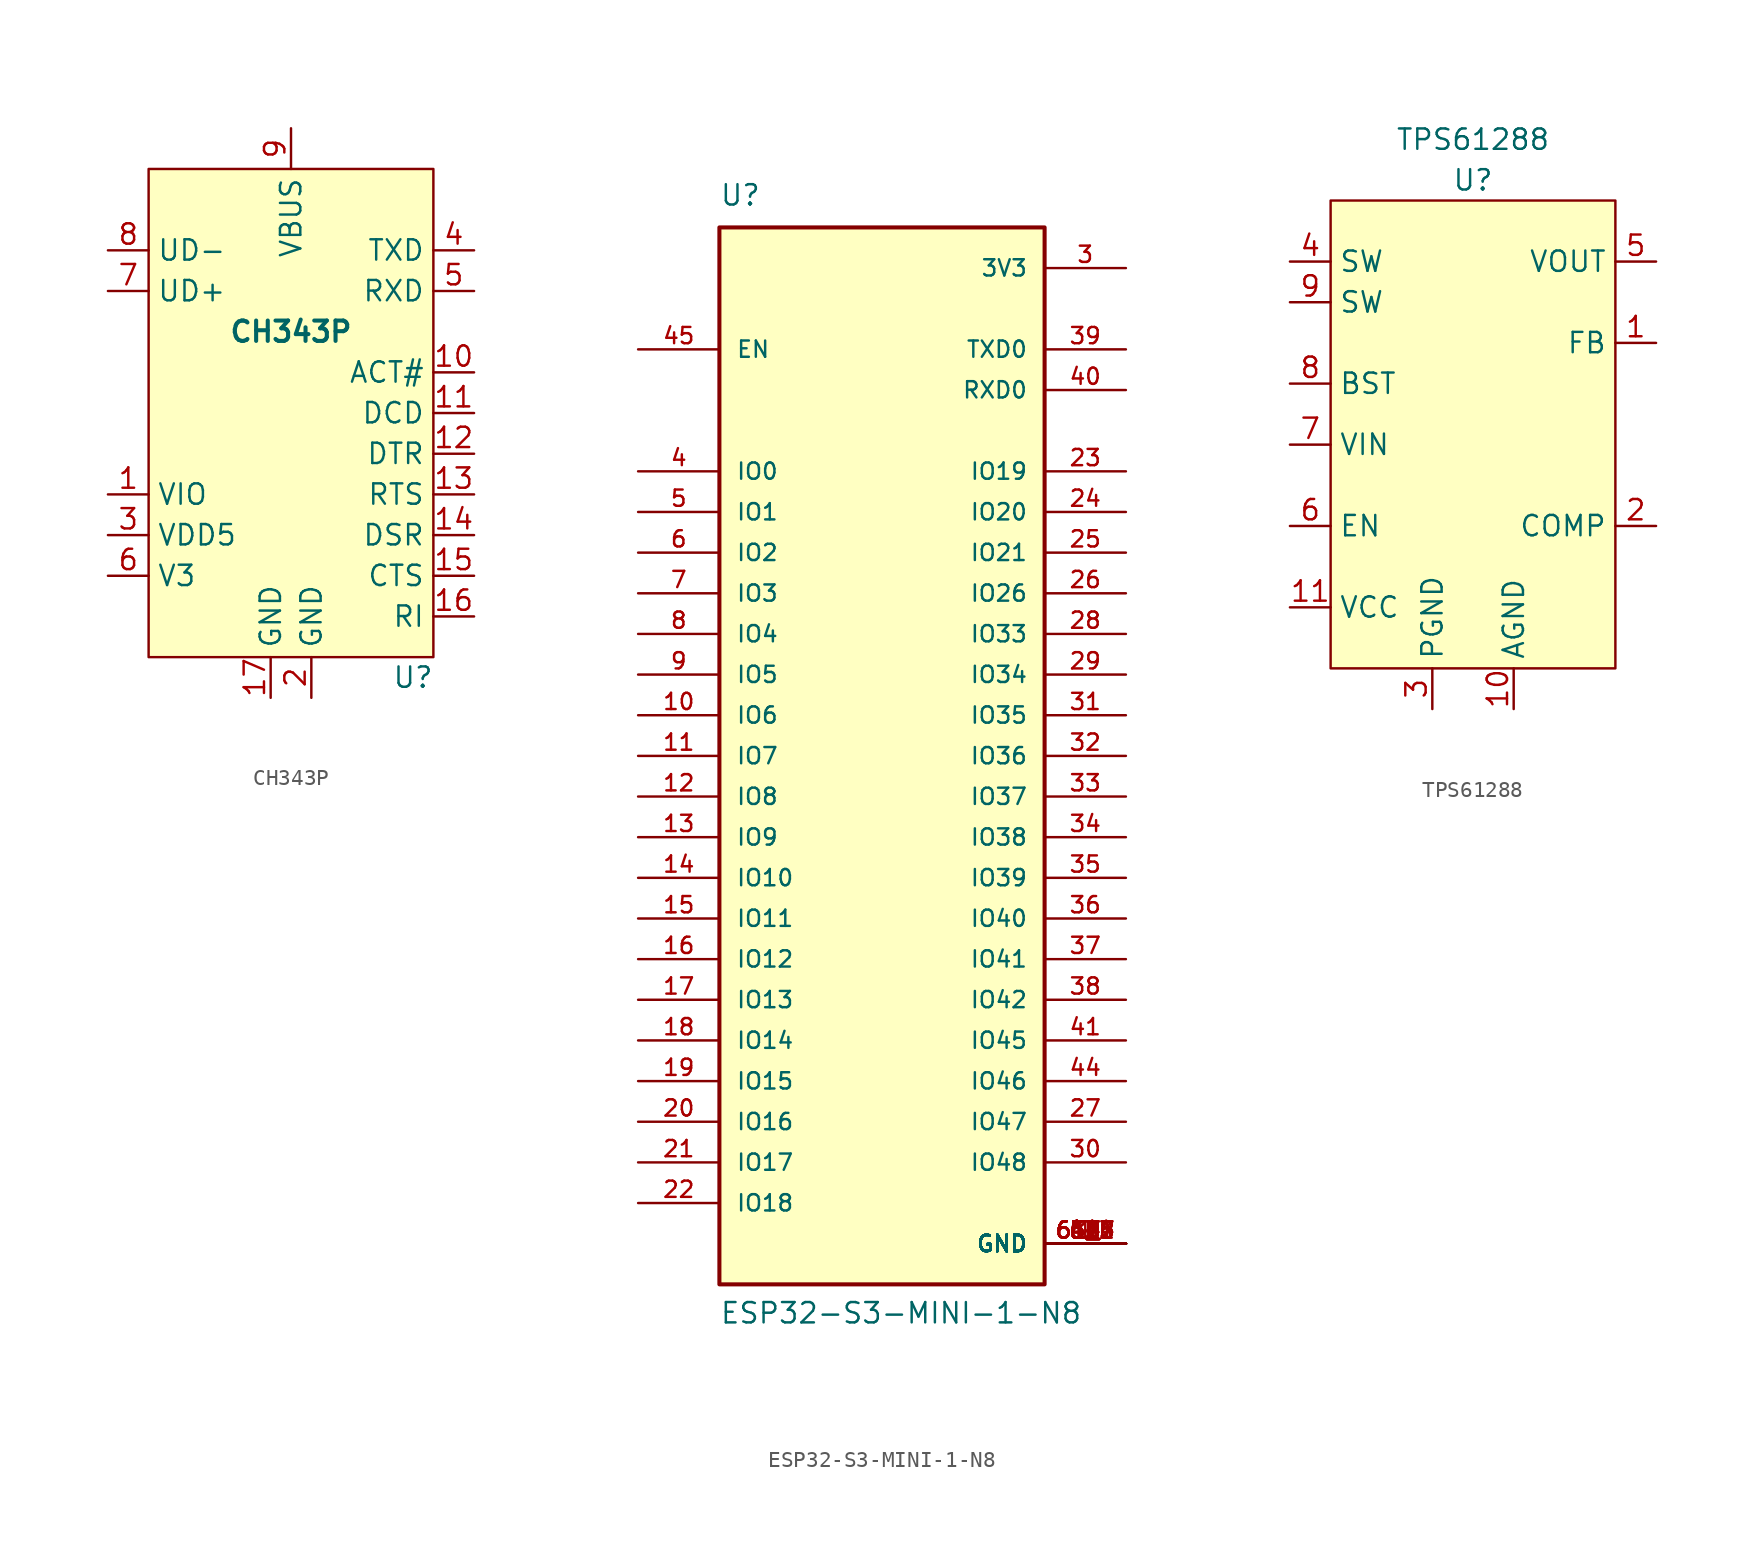
<source format=kicad_sym>
(kicad_symbol_lib
  (version 20220914)
  (generator kicad_symbol_editor)
  (symbol "CH343P"
    (property "Reference" "U"
      (at 7.62 -13.97 0)
      (effects (font (size 1.27 1.27))))
    (property "Value" "CH343P"
      (at 0 7.62 0)
      (effects (font (size 1.27 1.27) bold)))
    (symbol "CH343P_0_0"
      (pin power_in line (at -11.43 -2.54 0) (length 2.54) (name "VIO" (effects (font (size 1.27 1.27)))) (number "1" (effects (font (size 1.27 1.27)))))
      (pin output line (at 11.43 5.08 180) (length 2.54) (name "ACT#" (effects (font (size 1.27 1.27)))) (number "10" (effects (font (size 1.27 1.27)))))
      (pin input line (at 11.43 2.54 180) (length 2.54) (name "DCD" (effects (font (size 1.27 1.27)))) (number "11" (effects (font (size 1.27 1.27)))))
      (pin output line (at 11.43 0 180) (length 2.54) (name "DTR" (effects (font (size 1.27 1.27)))) (number "12" (effects (font (size 1.27 1.27)))))
      (pin output line (at 11.43 -2.54 180) (length 2.54) (name "RTS" (effects (font (size 1.27 1.27)))) (number "13" (effects (font (size 1.27 1.27)))))
      (pin input line (at 11.43 -5.08 180) (length 2.54) (name "DSR" (effects (font (size 1.27 1.27)))) (number "14" (effects (font (size 1.27 1.27)))))
      (pin input line (at 11.43 -7.62 180) (length 2.54) (name "CTS" (effects (font (size 1.27 1.27)))) (number "15" (effects (font (size 1.27 1.27)))))
      (pin input line (at 11.43 -10.16 180) (length 2.54) (name "RI" (effects (font (size 1.27 1.27)))) (number "16" (effects (font (size 1.27 1.27)))))
      (pin passive line (at -1.27 -15.24 90) (length 2.54) (name "GND" (effects (font (size 1.27 1.27)))) (number "17" (effects (font (size 1.27 1.27)))))
      (pin passive line (at 1.27 -15.24 90) (length 2.54) (name "GND" (effects (font (size 1.27 1.27)))) (number "2" (effects (font (size 1.27 1.27)))))
      (pin power_in line (at -11.43 -5.08 0) (length 2.54) (name "VDD5" (effects (font (size 1.27 1.27)))) (number "3" (effects (font (size 1.27 1.27)))))
      (pin output line (at 11.43 12.7 180) (length 2.54) (name "TXD" (effects (font (size 1.27 1.27)))) (number "4" (effects (font (size 1.27 1.27)))))
      (pin input line (at 11.43 10.16 180) (length 2.54) (name "RXD" (effects (font (size 1.27 1.27)))) (number "5" (effects (font (size 1.27 1.27)))))
      (pin power_out line (at -11.43 -7.62 0) (length 2.54) (name "V3" (effects (font (size 1.27 1.27)))) (number "6" (effects (font (size 1.27 1.27)))))
      (pin bidirectional line (at -11.43 10.16 0) (length 2.54) (name "UD+" (effects (font (size 1.27 1.27)))) (number "7" (effects (font (size 1.27 1.27)))))
      (pin bidirectional line (at -11.43 12.7 0) (length 2.54) (name "UD-" (effects (font (size 1.27 1.27)))) (number "8" (effects (font (size 1.27 1.27)))))
      (pin power_in line (at 0 20.32 270) (length 2.54) (name "VBUS" (effects (font (size 1.27 1.27)))) (number "9" (effects (font (size 1.27 1.27))))))
    (symbol "CH343P_1_1"
      (rectangle (start -8.89 17.78) (end 8.89 -12.7) (stroke (width 0) (type default)) (fill (type background)))))
  (symbol "ESP32-S3-MINI-1-N8"
    (pin_names
      (offset 1.016))
    (property "Reference" "U"
      (at -10.16 34.29 0)
      (effects (font (size 1.27 1.27)) (justify left bottom)))
    (property "Value" "ESP32-S3-MINI-1-N8"
      (at -10.16 -35.56 0)
      (effects (font (size 1.27 1.27)) (justify left bottom)))
    (symbol "ESP32-S3-MINI-1-N8_0_0"
      (rectangle (start -10.16 -33.02) (end 10.16 33.02) (stroke (width 0.254) (type default)) (fill (type background)))
      (pin passive line (at 15.24 -30.48 180) (length 5.08) (name "GND" (effects (font (size 1.016 1.016)))) (number "1" (effects (font (size 1.016 1.016)))))
      (pin bidirectional line (at -15.24 2.54 0) (length 5.08) (name "IO6" (effects (font (size 1.016 1.016)))) (number "10" (effects (font (size 1.016 1.016)))))
      (pin bidirectional line (at -15.24 0 0) (length 5.08) (name "IO7" (effects (font (size 1.016 1.016)))) (number "11" (effects (font (size 1.016 1.016)))))
      (pin bidirectional line (at -15.24 -2.54 0) (length 5.08) (name "IO8" (effects (font (size 1.016 1.016)))) (number "12" (effects (font (size 1.016 1.016)))))
      (pin bidirectional line (at -15.24 -5.08 0) (length 5.08) (name "IO9" (effects (font (size 1.016 1.016)))) (number "13" (effects (font (size 1.016 1.016)))))
      (pin bidirectional line (at -15.24 -7.62 0) (length 5.08) (name "IO10" (effects (font (size 1.016 1.016)))) (number "14" (effects (font (size 1.016 1.016)))))
      (pin bidirectional line (at -15.24 -10.16 0) (length 5.08) (name "IO11" (effects (font (size 1.016 1.016)))) (number "15" (effects (font (size 1.016 1.016)))))
      (pin bidirectional line (at -15.24 -12.7 0) (length 5.08) (name "IO12" (effects (font (size 1.016 1.016)))) (number "16" (effects (font (size 1.016 1.016)))))
      (pin bidirectional line (at -15.24 -15.24 0) (length 5.08) (name "IO13" (effects (font (size 1.016 1.016)))) (number "17" (effects (font (size 1.016 1.016)))))
      (pin bidirectional line (at -15.24 -17.78 0) (length 5.08) (name "IO14" (effects (font (size 1.016 1.016)))) (number "18" (effects (font (size 1.016 1.016)))))
      (pin bidirectional line (at -15.24 -20.32 0) (length 5.08) (name "IO15" (effects (font (size 1.016 1.016)))) (number "19" (effects (font (size 1.016 1.016)))))
      (pin passive line (at 15.24 -30.48 180) (length 5.08) (name "GND" (effects (font (size 1.016 1.016)))) (number "2" (effects (font (size 1.016 1.016)))))
      (pin bidirectional line (at -15.24 -22.86 0) (length 5.08) (name "IO16" (effects (font (size 1.016 1.016)))) (number "20" (effects (font (size 1.016 1.016)))))
      (pin bidirectional line (at -15.24 -25.4 0) (length 5.08) (name "IO17" (effects (font (size 1.016 1.016)))) (number "21" (effects (font (size 1.016 1.016)))))
      (pin bidirectional line (at -15.24 -27.94 0) (length 5.08) (name "IO18" (effects (font (size 1.016 1.016)))) (number "22" (effects (font (size 1.016 1.016)))))
      (pin bidirectional line (at 15.24 17.78 180) (length 5.08) (name "IO19" (effects (font (size 1.016 1.016)))) (number "23" (effects (font (size 1.016 1.016)))))
      (pin bidirectional line (at 15.24 15.24 180) (length 5.08) (name "IO20" (effects (font (size 1.016 1.016)))) (number "24" (effects (font (size 1.016 1.016)))))
      (pin bidirectional line (at 15.24 12.7 180) (length 5.08) (name "IO21" (effects (font (size 1.016 1.016)))) (number "25" (effects (font (size 1.016 1.016)))))
      (pin bidirectional line (at 15.24 10.16 180) (length 5.08) (name "IO26" (effects (font (size 1.016 1.016)))) (number "26" (effects (font (size 1.016 1.016)))))
      (pin bidirectional line (at 15.24 -22.86 180) (length 5.08) (name "IO47" (effects (font (size 1.016 1.016)))) (number "27" (effects (font (size 1.016 1.016)))))
      (pin bidirectional line (at 15.24 7.62 180) (length 5.08) (name "IO33" (effects (font (size 1.016 1.016)))) (number "28" (effects (font (size 1.016 1.016)))))
      (pin bidirectional line (at 15.24 5.08 180) (length 5.08) (name "IO34" (effects (font (size 1.016 1.016)))) (number "29" (effects (font (size 1.016 1.016)))))
      (pin power_in line (at 15.24 30.48 180) (length 5.08) (name "3V3" (effects (font (size 1.016 1.016)))) (number "3" (effects (font (size 1.016 1.016)))))
      (pin bidirectional line (at 15.24 -25.4 180) (length 5.08) (name "IO48" (effects (font (size 1.016 1.016)))) (number "30" (effects (font (size 1.016 1.016)))))
      (pin bidirectional line (at 15.24 2.54 180) (length 5.08) (name "IO35" (effects (font (size 1.016 1.016)))) (number "31" (effects (font (size 1.016 1.016)))))
      (pin bidirectional line (at 15.24 0 180) (length 5.08) (name "IO36" (effects (font (size 1.016 1.016)))) (number "32" (effects (font (size 1.016 1.016)))))
      (pin bidirectional line (at 15.24 -2.54 180) (length 5.08) (name "IO37" (effects (font (size 1.016 1.016)))) (number "33" (effects (font (size 1.016 1.016)))))
      (pin bidirectional line (at 15.24 -5.08 180) (length 5.08) (name "IO38" (effects (font (size 1.016 1.016)))) (number "34" (effects (font (size 1.016 1.016)))))
      (pin bidirectional line (at 15.24 -7.62 180) (length 5.08) (name "IO39" (effects (font (size 1.016 1.016)))) (number "35" (effects (font (size 1.016 1.016)))))
      (pin bidirectional line (at 15.24 -10.16 180) (length 5.08) (name "IO40" (effects (font (size 1.016 1.016)))) (number "36" (effects (font (size 1.016 1.016)))))
      (pin bidirectional line (at 15.24 -12.7 180) (length 5.08) (name "IO41" (effects (font (size 1.016 1.016)))) (number "37" (effects (font (size 1.016 1.016)))))
      (pin bidirectional line (at 15.24 -15.24 180) (length 5.08) (name "IO42" (effects (font (size 1.016 1.016)))) (number "38" (effects (font (size 1.016 1.016)))))
      (pin bidirectional line (at 15.24 25.4 180) (length 5.08) (name "TXD0" (effects (font (size 1.016 1.016)))) (number "39" (effects (font (size 1.016 1.016)))))
      (pin bidirectional line (at -15.24 17.78 0) (length 5.08) (name "IO0" (effects (font (size 1.016 1.016)))) (number "4" (effects (font (size 1.016 1.016)))))
      (pin bidirectional line (at 15.24 22.86 180) (length 5.08) (name "RXD0" (effects (font (size 1.016 1.016)))) (number "40" (effects (font (size 1.016 1.016)))))
      (pin bidirectional line (at 15.24 -17.78 180) (length 5.08) (name "IO45" (effects (font (size 1.016 1.016)))) (number "41" (effects (font (size 1.016 1.016)))))
      (pin passive line (at 15.24 -30.48 180) (length 5.08) (name "GND" (effects (font (size 1.016 1.016)))) (number "42" (effects (font (size 1.016 1.016)))))
      (pin passive line (at 15.24 -30.48 180) (length 5.08) (name "GND" (effects (font (size 1.016 1.016)))) (number "43" (effects (font (size 1.016 1.016)))))
      (pin bidirectional line (at 15.24 -20.32 180) (length 5.08) (name "IO46" (effects (font (size 1.016 1.016)))) (number "44" (effects (font (size 1.016 1.016)))))
      (pin input line (at -15.24 25.4 0) (length 5.08) (name "EN" (effects (font (size 1.016 1.016)))) (number "45" (effects (font (size 1.016 1.016)))))
      (pin passive line (at 15.24 -30.48 180) (length 5.08) (name "GND" (effects (font (size 1.016 1.016)))) (number "46" (effects (font (size 1.016 1.016)))))
      (pin passive line (at 15.24 -30.48 180) (length 5.08) (name "GND" (effects (font (size 1.016 1.016)))) (number "47" (effects (font (size 1.016 1.016)))))
      (pin passive line (at 15.24 -30.48 180) (length 5.08) (name "GND" (effects (font (size 1.016 1.016)))) (number "48" (effects (font (size 1.016 1.016)))))
      (pin passive line (at 15.24 -30.48 180) (length 5.08) (name "GND" (effects (font (size 1.016 1.016)))) (number "49" (effects (font (size 1.016 1.016)))))
      (pin bidirectional line (at -15.24 15.24 0) (length 5.08) (name "IO1" (effects (font (size 1.016 1.016)))) (number "5" (effects (font (size 1.016 1.016)))))
      (pin passive line (at 15.24 -30.48 180) (length 5.08) (name "GND" (effects (font (size 1.016 1.016)))) (number "50" (effects (font (size 1.016 1.016)))))
      (pin passive line (at 15.24 -30.48 180) (length 5.08) (name "GND" (effects (font (size 1.016 1.016)))) (number "51" (effects (font (size 1.016 1.016)))))
      (pin passive line (at 15.24 -30.48 180) (length 5.08) (name "GND" (effects (font (size 1.016 1.016)))) (number "52" (effects (font (size 1.016 1.016)))))
      (pin passive line (at 15.24 -30.48 180) (length 5.08) (name "GND" (effects (font (size 1.016 1.016)))) (number "53" (effects (font (size 1.016 1.016)))))
      (pin passive line (at 15.24 -30.48 180) (length 5.08) (name "GND" (effects (font (size 1.016 1.016)))) (number "54" (effects (font (size 1.016 1.016)))))
      (pin passive line (at 15.24 -30.48 180) (length 5.08) (name "GND" (effects (font (size 1.016 1.016)))) (number "55" (effects (font (size 1.016 1.016)))))
      (pin passive line (at 15.24 -30.48 180) (length 5.08) (name "GND" (effects (font (size 1.016 1.016)))) (number "56" (effects (font (size 1.016 1.016)))))
      (pin passive line (at 15.24 -30.48 180) (length 5.08) (name "GND" (effects (font (size 1.016 1.016)))) (number "57" (effects (font (size 1.016 1.016)))))
      (pin passive line (at 15.24 -30.48 180) (length 5.08) (name "GND" (effects (font (size 1.016 1.016)))) (number "58" (effects (font (size 1.016 1.016)))))
      (pin passive line (at 15.24 -30.48 180) (length 5.08) (name "GND" (effects (font (size 1.016 1.016)))) (number "59" (effects (font (size 1.016 1.016)))))
      (pin bidirectional line (at -15.24 12.7 0) (length 5.08) (name "IO2" (effects (font (size 1.016 1.016)))) (number "6" (effects (font (size 1.016 1.016)))))
      (pin passive line (at 15.24 -30.48 180) (length 5.08) (name "GND" (effects (font (size 1.016 1.016)))) (number "60" (effects (font (size 1.016 1.016)))))
      (pin passive line (at 15.24 -30.48 180) (length 5.08) (name "GND" (effects (font (size 1.016 1.016)))) (number "61" (effects (font (size 1.016 1.016)))))
      (pin passive line (at 15.24 -30.48 180) (length 5.08) (name "GND" (effects (font (size 1.016 1.016)))) (number "61_1" (effects (font (size 1.016 1.016)))))
      (pin passive line (at 15.24 -30.48 180) (length 5.08) (name "GND" (effects (font (size 1.016 1.016)))) (number "61_2" (effects (font (size 1.016 1.016)))))
      (pin passive line (at 15.24 -30.48 180) (length 5.08) (name "GND" (effects (font (size 1.016 1.016)))) (number "61_3" (effects (font (size 1.016 1.016)))))
      (pin passive line (at 15.24 -30.48 180) (length 5.08) (name "GND" (effects (font (size 1.016 1.016)))) (number "61_4" (effects (font (size 1.016 1.016)))))
      (pin passive line (at 15.24 -30.48 180) (length 5.08) (name "GND" (effects (font (size 1.016 1.016)))) (number "61_5" (effects (font (size 1.016 1.016)))))
      (pin passive line (at 15.24 -30.48 180) (length 5.08) (name "GND" (effects (font (size 1.016 1.016)))) (number "61_6" (effects (font (size 1.016 1.016)))))
      (pin passive line (at 15.24 -30.48 180) (length 5.08) (name "GND" (effects (font (size 1.016 1.016)))) (number "61_7" (effects (font (size 1.016 1.016)))))
      (pin passive line (at 15.24 -30.48 180) (length 5.08) (name "GND" (effects (font (size 1.016 1.016)))) (number "61_8" (effects (font (size 1.016 1.016)))))
      (pin passive line (at 15.24 -30.48 180) (length 5.08) (name "GND" (effects (font (size 1.016 1.016)))) (number "62" (effects (font (size 1.016 1.016)))))
      (pin passive line (at 15.24 -30.48 180) (length 5.08) (name "GND" (effects (font (size 1.016 1.016)))) (number "63" (effects (font (size 1.016 1.016)))))
      (pin passive line (at 15.24 -30.48 180) (length 5.08) (name "GND" (effects (font (size 1.016 1.016)))) (number "64" (effects (font (size 1.016 1.016)))))
      (pin passive line (at 15.24 -30.48 180) (length 5.08) (name "GND" (effects (font (size 1.016 1.016)))) (number "65" (effects (font (size 1.016 1.016)))))
      (pin bidirectional line (at -15.24 10.16 0) (length 5.08) (name "IO3" (effects (font (size 1.016 1.016)))) (number "7" (effects (font (size 1.016 1.016)))))
      (pin bidirectional line (at -15.24 7.62 0) (length 5.08) (name "IO4" (effects (font (size 1.016 1.016)))) (number "8" (effects (font (size 1.016 1.016)))))
      (pin bidirectional line (at -15.24 5.08 0) (length 5.08) (name "IO5" (effects (font (size 1.016 1.016)))) (number "9" (effects (font (size 1.016 1.016)))))))
  (symbol "TPS61288"
    (property "Reference" "U"
      (at 0 21.59 0)
      (effects (font (size 1.27 1.27))))
    (property "Value" "TPS61288"
      (at 0 24.13 0)
      (effects (font (size 1.27 1.27))))
    (symbol "TPS61288_0_0"
      (pin input line (at 11.43 11.43 180) (length 2.54) (name "FB" (effects (font (size 1.27 1.27)))) (number "1" (effects (font (size 1.27 1.27)))))
      (pin passive line (at 2.54 -11.43 90) (length 2.54) (name "AGND" (effects (font (size 1.27 1.27)))) (number "10" (effects (font (size 1.27 1.27)))))
      (pin output line (at 11.43 0 180) (length 2.54) (name "COMP" (effects (font (size 1.27 1.27)))) (number "2" (effects (font (size 1.27 1.27)))))
      (pin passive line (at -2.54 -11.43 90) (length 2.54) (name "PGND" (effects (font (size 1.27 1.27)))) (number "3" (effects (font (size 1.27 1.27)))))
      (pin power_in line (at -11.43 16.51 0) (length 2.54) (name "SW" (effects (font (size 1.27 1.27)))) (number "4" (effects (font (size 1.27 1.27)))))
      (pin power_out line (at 11.43 16.51 180) (length 2.54) (name "VOUT" (effects (font (size 1.27 1.27)))) (number "5" (effects (font (size 1.27 1.27)))))
      (pin input line (at -11.43 0 0) (length 2.54) (name "EN" (effects (font (size 1.27 1.27)))) (number "6" (effects (font (size 1.27 1.27)))))
      (pin power_in line (at -11.43 5.08 0) (length 2.54) (name "VIN" (effects (font (size 1.27 1.27)))) (number "7" (effects (font (size 1.27 1.27)))))
      (pin power_in line (at -11.43 8.89 0) (length 2.54) (name "BST" (effects (font (size 1.27 1.27)))) (number "8" (effects (font (size 1.27 1.27)))))
      (pin power_in line (at -11.43 13.97 0) (length 2.54) (name "SW" (effects (font (size 1.27 1.27)))) (number "9" (effects (font (size 1.27 1.27))))))
    (symbol "TPS61288_1_0"
      (pin passive line (at -11.43 -5.08 0) (length 2.54) (name "VCC" (effects (font (size 1.27 1.27)))) (number "11" (effects (font (size 1.27 1.27))))))
    (symbol "TPS61288_1_1"
      (rectangle (start -8.89 20.32) (end 8.89 -8.89) (stroke (width 0) (type default)) (fill (type background))))))
</source>
